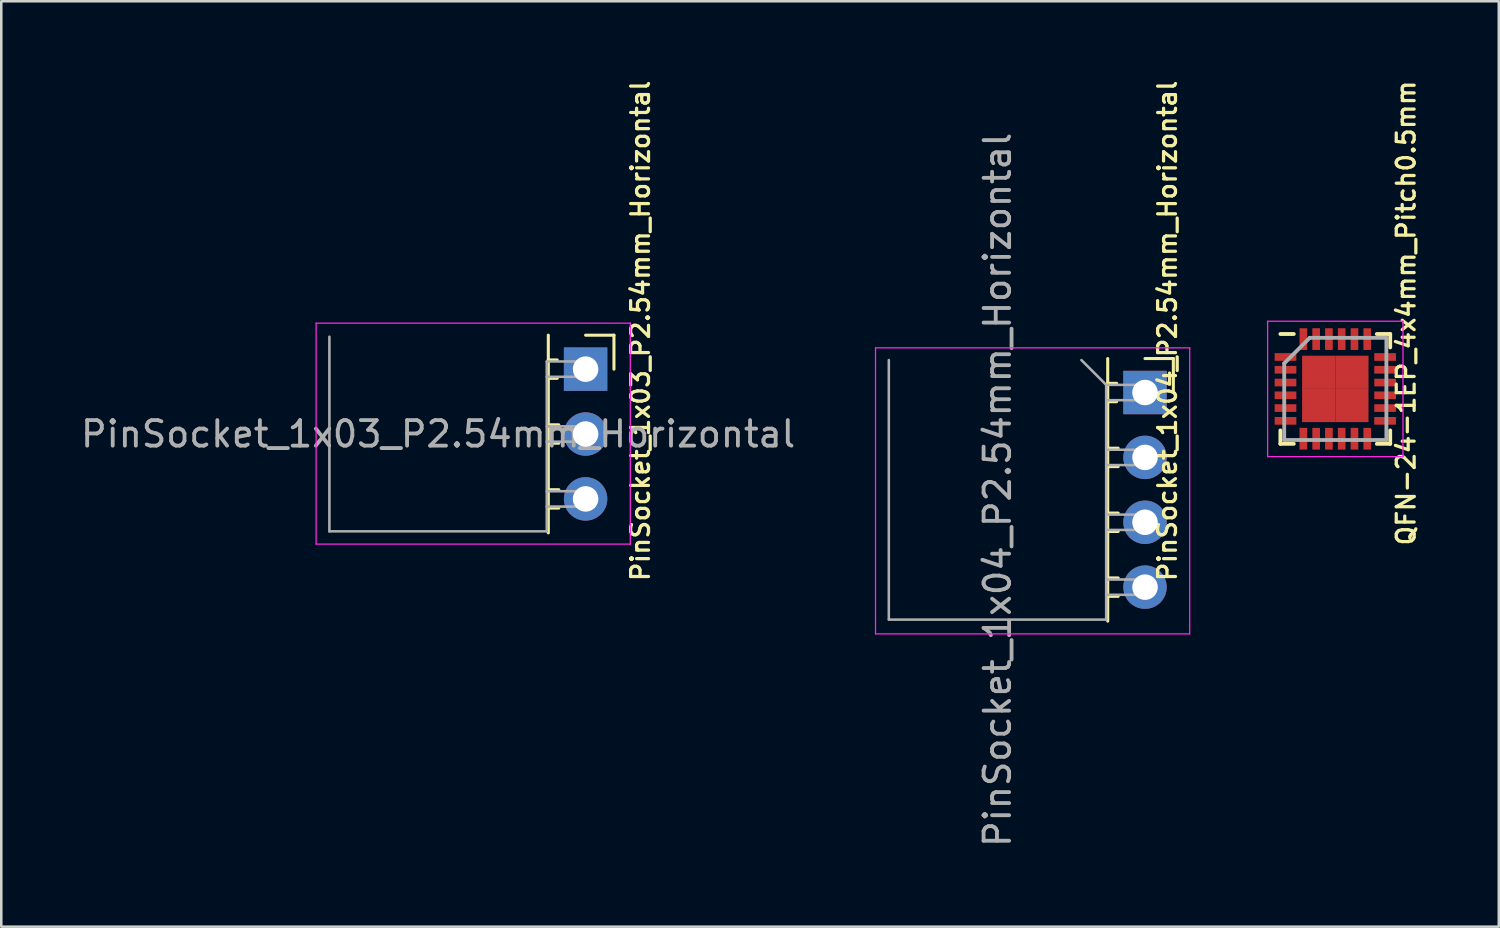
<source format=kicad_pcb>
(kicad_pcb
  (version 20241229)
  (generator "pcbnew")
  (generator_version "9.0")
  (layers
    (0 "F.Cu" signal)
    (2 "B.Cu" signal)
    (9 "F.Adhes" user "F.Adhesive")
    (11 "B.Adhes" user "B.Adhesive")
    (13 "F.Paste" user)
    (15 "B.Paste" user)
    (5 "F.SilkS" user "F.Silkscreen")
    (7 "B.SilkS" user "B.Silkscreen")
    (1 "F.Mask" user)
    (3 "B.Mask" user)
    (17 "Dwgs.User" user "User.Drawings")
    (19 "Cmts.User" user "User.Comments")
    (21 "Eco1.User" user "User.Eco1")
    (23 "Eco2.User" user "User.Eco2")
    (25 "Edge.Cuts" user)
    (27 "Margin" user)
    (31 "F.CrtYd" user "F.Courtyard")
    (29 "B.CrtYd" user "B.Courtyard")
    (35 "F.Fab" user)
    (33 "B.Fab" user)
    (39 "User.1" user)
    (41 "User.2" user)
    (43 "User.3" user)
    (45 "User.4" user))
  (footprint "PinSocket_1x04_P2.54mm_Horizontal"
    (layer "F.Cu")
    (at 41.777 12.317)
    (property "Reference" "PinSocket_1x04_P2.54mm_Horizontal" (at 0.876 -2.413 270) (layer "F.SilkS") (effects (font (size 0.7 0.7) (thickness 0.127))))
    (attr through_hole)
    (fp_line (start -1.46 -1.33) (end -1.46 8.95) (stroke (width 0.12) (type solid)) (layer "F.SilkS"))
    (fp_line (start -1.46 -0.36) (end -1.11 -0.36) (stroke (width 0.12) (type solid)) (layer "F.SilkS"))
    (fp_line (start -1.46 0.36) (end -1.11 0.36) (stroke (width 0.12) (type solid)) (layer "F.SilkS"))
    (fp_line (start -1.46 2.18) (end -1.05 2.18) (stroke (width 0.12) (type solid)) (layer "F.SilkS"))
    (fp_line (start -1.46 2.9) (end -1.05 2.9) (stroke (width 0.12) (type solid)) (layer "F.SilkS"))
    (fp_line (start -1.46 4.72) (end -1.05 4.72) (stroke (width 0.12) (type solid)) (layer "F.SilkS"))
    (fp_line (start -1.46 5.44) (end -1.05 5.44) (stroke (width 0.12) (type solid)) (layer "F.SilkS"))
    (fp_line (start -1.46 7.26) (end -1.05 7.26) (stroke (width 0.12) (type solid)) (layer "F.SilkS"))
    (fp_line (start -1.46 7.98) (end -1.05 7.98) (stroke (width 0.12) (type solid)) (layer "F.SilkS"))
    (fp_line (start 0 -1.33) (end 1.11 -1.33) (stroke (width 0.12) (type solid)) (layer "F.SilkS"))
    (fp_line (start 1.11 -1.33) (end 1.11 0) (stroke (width 0.12) (type solid)) (layer "F.SilkS"))
    (fp_line (start -10.55 -1.75) (end -10.55 9.45) (stroke (width 0.05) (type solid)) (layer "F.CrtYd"))
    (fp_line (start -10.55 9.45) (end 1.75 9.45) (stroke (width 0.05) (type solid)) (layer "F.CrtYd"))
    (fp_line (start 1.75 -1.75) (end -10.55 -1.75) (stroke (width 0.05) (type solid)) (layer "F.CrtYd"))
    (fp_line (start 1.75 9.45) (end 1.75 -1.75) (stroke (width 0.05) (type solid)) (layer "F.CrtYd"))
    (fp_line (start -10.03 8.89) (end -10.03 -1.27) (stroke (width 0.1) (type solid)) (layer "F.Fab"))
    (fp_line (start -2.49 -1.27) (end -1.52 -0.3) (stroke (width 0.1) (type solid)) (layer "F.Fab"))
    (fp_line (start -1.52 -0.3) (end -1.52 8.89) (stroke (width 0.1) (type solid)) (layer "F.Fab"))
    (fp_line (start -1.52 0.3) (end 0 0.3) (stroke (width 0.1) (type solid)) (layer "F.Fab"))
    (fp_line (start -1.52 2.84) (end 0 2.84) (stroke (width 0.1) (type solid)) (layer "F.Fab"))
    (fp_line (start -1.52 5.38) (end 0 5.38) (stroke (width 0.1) (type solid)) (layer "F.Fab"))
    (fp_line (start -1.52 7.92) (end 0 7.92) (stroke (width 0.1) (type solid)) (layer "F.Fab"))
    (fp_line (start -1.52 8.89) (end -10.03 8.89) (stroke (width 0.1) (type solid)) (layer "F.Fab"))
    (fp_line (start 0 -0.3) (end -1.52 -0.3) (stroke (width 0.1) (type solid)) (layer "F.Fab"))
    (fp_line (start 0 0.3) (end 0 -0.3) (stroke (width 0.1) (type solid)) (layer "F.Fab"))
    (fp_line (start 0 2.24) (end -1.52 2.24) (stroke (width 0.1) (type solid)) (layer "F.Fab"))
    (fp_line (start 0 2.84) (end 0 2.24) (stroke (width 0.1) (type solid)) (layer "F.Fab"))
    (fp_line (start 0 4.78) (end -1.52 4.78) (stroke (width 0.1) (type solid)) (layer "F.Fab"))
    (fp_line (start 0 5.38) (end 0 4.78) (stroke (width 0.1) (type solid)) (layer "F.Fab"))
    (fp_line (start 0 7.32) (end -1.52 7.32) (stroke (width 0.1) (type solid)) (layer "F.Fab"))
    (fp_line (start 0 7.92) (end 0 7.32) (stroke (width 0.1) (type solid)) (layer "F.Fab"))
    (fp_text user "${REFERENCE}" (at -5.775 3.81 90) (layer "F.Fab") (effects (font (size 1 1) (thickness 0.15))))
    (pad "1" thru_hole rect (at 0 0) (size 1.7 1.7) (drill 1) (layers "*.Cu" "*.Mask"))
    (pad "2" thru_hole oval (at 0 2.54) (size 1.7 1.7) (drill 1) (layers "*.Cu" "*.Mask"))
    (pad "3" thru_hole oval (at 0 5.08) (size 1.7 1.7) (drill 1) (layers "*.Cu" "*.Mask"))
    (pad "4" thru_hole oval (at 0 7.62) (size 1.7 1.7) (drill 1) (layers "*.Cu" "*.Mask")))
  (footprint "PinSocket_1x03_P2.54mm_Horizontal"
    (layer "F.Cu")
    (at 19.876 11.402)
    (property "Reference" "PinSocket_1x03_P2.54mm_Horizontal" (at 2.146 -1.499 90) (layer "F.SilkS") (effects (font (size 0.7 0.7) (thickness 0.127))))
    (attr through_hole)
    (fp_line (start -1.46 -1.33) (end -1.46 6.41) (stroke (width 0.12) (type solid)) (layer "F.SilkS"))
    (fp_line (start -1.46 -0.36) (end -1.11 -0.36) (stroke (width 0.12) (type solid)) (layer "F.SilkS"))
    (fp_line (start -1.46 0.36) (end -1.11 0.36) (stroke (width 0.12) (type solid)) (layer "F.SilkS"))
    (fp_line (start -1.46 2.18) (end -1.05 2.18) (stroke (width 0.12) (type solid)) (layer "F.SilkS"))
    (fp_line (start -1.46 2.9) (end -1.05 2.9) (stroke (width 0.12) (type solid)) (layer "F.SilkS"))
    (fp_line (start -1.46 4.72) (end -1.05 4.72) (stroke (width 0.12) (type solid)) (layer "F.SilkS"))
    (fp_line (start -1.46 5.44) (end -1.05 5.44) (stroke (width 0.12) (type solid)) (layer "F.SilkS"))
    (fp_line (start 0 -1.33) (end 1.11 -1.33) (stroke (width 0.12) (type solid)) (layer "F.SilkS"))
    (fp_line (start 1.11 -1.33) (end 1.11 0) (stroke (width 0.12) (type solid)) (layer "F.SilkS"))
    (fp_line (start -10.55 -1.8) (end -10.55 6.85) (stroke (width 0.05) (type solid)) (layer "F.CrtYd"))
    (fp_line (start -10.55 6.85) (end 1.75 6.85) (stroke (width 0.05) (type solid)) (layer "F.CrtYd"))
    (fp_line (start 1.75 -1.8) (end -10.55 -1.8) (stroke (width 0.05) (type solid)) (layer "F.CrtYd"))
    (fp_line (start 1.75 6.85) (end 1.75 -1.8) (stroke (width 0.05) (type solid)) (layer "F.CrtYd"))
    (fp_line (start -10.03 6.35) (end -10.03 -1.27) (stroke (width 0.1) (type solid)) (layer "F.Fab"))
    (fp_line (start -1.52 -0.3) (end -1.52 6.35) (stroke (width 0.1) (type solid)) (layer "F.Fab"))
    (fp_line (start -1.52 0.3) (end 0 0.3) (stroke (width 0.1) (type solid)) (layer "F.Fab"))
    (fp_line (start -1.52 2.84) (end 0 2.84) (stroke (width 0.1) (type solid)) (layer "F.Fab"))
    (fp_line (start -1.52 5.38) (end 0 5.38) (stroke (width 0.1) (type solid)) (layer "F.Fab"))
    (fp_line (start -1.52 6.35) (end -10.03 6.35) (stroke (width 0.1) (type solid)) (layer "F.Fab"))
    (fp_line (start 0 -0.3) (end -1.52 -0.3) (stroke (width 0.1) (type solid)) (layer "F.Fab"))
    (fp_line (start 0 0.3) (end 0 -0.3) (stroke (width 0.1) (type solid)) (layer "F.Fab"))
    (fp_line (start 0 2.24) (end -1.52 2.24) (stroke (width 0.1) (type solid)) (layer "F.Fab"))
    (fp_line (start 0 2.84) (end 0 2.24) (stroke (width 0.1) (type solid)) (layer "F.Fab"))
    (fp_line (start 0 4.78) (end -1.52 4.78) (stroke (width 0.1) (type solid)) (layer "F.Fab"))
    (fp_line (start 0 5.38) (end 0 4.78) (stroke (width 0.1) (type solid)) (layer "F.Fab"))
    (fp_text user "${REFERENCE}" (at -5.775 2.54 0) (layer "F.Fab") (effects (font (size 1 1) (thickness 0.15))))
    (pad "1" thru_hole rect (at 0 0) (size 1.7 1.7) (drill 1) (layers "*.Cu" "*.Mask"))
    (pad "2" thru_hole oval (at 0 2.54) (size 1.7 1.7) (drill 1) (layers "*.Cu" "*.Mask"))
    (pad "3" thru_hole oval (at 0 5.08) (size 1.7 1.7) (drill 1) (layers "*.Cu" "*.Mask")))
  (footprint "QFN-24-1EP_4x4mm_Pitch0.5mm"
    (layer "F.Cu")
    (at 49.227 12.176)
    (property "Reference" "QFN-24-1EP_4x4mm_Pitch0.5mm" (at 2.769 -2.972 90) (layer "F.SilkS") (effects (font (size 0.7 0.7) (thickness 0.127))))
    (attr smd)
    (fp_line (start -2.15 -2.15) (end -1.625 -2.15) (stroke (width 0.15) (type solid)) (layer "F.SilkS"))
    (fp_line (start -2.15 2.15) (end -2.15 1.625) (stroke (width 0.15) (type solid)) (layer "F.SilkS"))
    (fp_line (start -2.15 2.15) (end -1.625 2.15) (stroke (width 0.15) (type solid)) (layer "F.SilkS"))
    (fp_line (start 2.15 -2.15) (end 1.625 -2.15) (stroke (width 0.15) (type solid)) (layer "F.SilkS"))
    (fp_line (start 2.15 -2.15) (end 2.15 -1.625) (stroke (width 0.15) (type solid)) (layer "F.SilkS"))
    (fp_line (start 2.15 2.15) (end 1.625 2.15) (stroke (width 0.15) (type solid)) (layer "F.SilkS"))
    (fp_line (start 2.15 2.15) (end 2.15 1.625) (stroke (width 0.15) (type solid)) (layer "F.SilkS"))
    (fp_line (start -2.65 -2.65) (end -2.65 2.65) (stroke (width 0.05) (type solid)) (layer "F.CrtYd"))
    (fp_line (start -2.65 -2.65) (end 2.65 -2.65) (stroke (width 0.05) (type solid)) (layer "F.CrtYd"))
    (fp_line (start -2.65 2.65) (end 2.65 2.65) (stroke (width 0.05) (type solid)) (layer "F.CrtYd"))
    (fp_line (start 2.65 -2.65) (end 2.65 2.65) (stroke (width 0.05) (type solid)) (layer "F.CrtYd"))
    (fp_line (start -2 -1) (end -1 -2) (stroke (width 0.15) (type solid)) (layer "F.Fab"))
    (fp_line (start -2 2) (end -2 -1) (stroke (width 0.15) (type solid)) (layer "F.Fab"))
    (fp_line (start -1 -2) (end 2 -2) (stroke (width 0.15) (type solid)) (layer "F.Fab"))
    (fp_line (start 2 -2) (end 2 2) (stroke (width 0.15) (type solid)) (layer "F.Fab"))
    (fp_line (start 2 2) (end -2 2) (stroke (width 0.15) (type solid)) (layer "F.Fab"))
    (pad "1" smd rect (at -1.95 -1.25) (size 0.85 0.3) (layers "F.Cu" "F.Mask" "F.Paste"))
    (pad "2" smd rect (at -1.95 -0.75) (size 0.85 0.3) (layers "F.Cu" "F.Mask" "F.Paste"))
    (pad "3" smd rect (at -1.95 -0.25) (size 0.85 0.3) (layers "F.Cu" "F.Mask" "F.Paste"))
    (pad "4" smd rect (at -1.95 0.25) (size 0.85 0.3) (layers "F.Cu" "F.Mask" "F.Paste"))
    (pad "5" smd rect (at -1.95 0.75) (size 0.85 0.3) (layers "F.Cu" "F.Mask" "F.Paste"))
    (pad "6" smd rect (at -1.95 1.25) (size 0.85 0.3) (layers "F.Cu" "F.Mask" "F.Paste"))
    (pad "7" smd rect (at -1.25 1.95 90) (size 0.85 0.3) (layers "F.Cu" "F.Mask" "F.Paste"))
    (pad "8" smd rect (at -0.75 1.95 90) (size 0.85 0.3) (layers "F.Cu" "F.Mask" "F.Paste"))
    (pad "9" smd rect (at -0.25 1.95 90) (size 0.85 0.3) (layers "F.Cu" "F.Mask" "F.Paste"))
    (pad "10" smd rect (at 0.25 1.95 90) (size 0.85 0.3) (layers "F.Cu" "F.Mask" "F.Paste"))
    (pad "11" smd rect (at 0.75 1.95 90) (size 0.85 0.3) (layers "F.Cu" "F.Mask" "F.Paste"))
    (pad "12" smd rect (at 1.25 1.95 90) (size 0.85 0.3) (layers "F.Cu" "F.Mask" "F.Paste"))
    (pad "13" smd rect (at 1.95 1.25) (size 0.85 0.3) (layers "F.Cu" "F.Mask" "F.Paste"))
    (pad "14" smd rect (at 1.95 0.75) (size 0.85 0.3) (layers "F.Cu" "F.Mask" "F.Paste"))
    (pad "15" smd rect (at 1.95 0.25) (size 0.85 0.3) (layers "F.Cu" "F.Mask" "F.Paste"))
    (pad "16" smd rect (at 1.95 -0.25) (size 0.85 0.3) (layers "F.Cu" "F.Mask" "F.Paste"))
    (pad "17" smd rect (at 1.95 -0.75) (size 0.85 0.3) (layers "F.Cu" "F.Mask" "F.Paste"))
    (pad "18" smd rect (at 1.95 -1.25) (size 0.85 0.3) (layers "F.Cu" "F.Mask" "F.Paste"))
    (pad "19" smd rect (at 1.25 -1.95 90) (size 0.85 0.3) (layers "F.Cu" "F.Mask" "F.Paste"))
    (pad "20" smd rect (at 0.75 -1.95 90) (size 0.85 0.3) (layers "F.Cu" "F.Mask" "F.Paste"))
    (pad "21" smd rect (at 0.25 -1.95 90) (size 0.85 0.3) (layers "F.Cu" "F.Mask" "F.Paste"))
    (pad "22" smd rect (at -0.25 -1.95 90) (size 0.85 0.3) (layers "F.Cu" "F.Mask" "F.Paste"))
    (pad "23" smd rect (at -0.75 -1.95 90) (size 0.85 0.3) (layers "F.Cu" "F.Mask" "F.Paste"))
    (pad "24" smd rect (at -1.25 -1.95 90) (size 0.85 0.3) (layers "F.Cu" "F.Mask" "F.Paste"))
    (pad "25" smd rect (at -0.65 -0.65) (size 1.3 1.3) (layers "F.Cu" "F.Mask" "F.Paste"))
    (pad "25" smd rect (at -0.65 0.65) (size 1.3 1.3) (layers "F.Cu" "F.Mask" "F.Paste"))
    (pad "25" smd rect (at 0.65 -0.65) (size 1.3 1.3) (layers "F.Cu" "F.Mask" "F.Paste"))
    (pad "25" smd rect (at 0.65 0.65) (size 1.3 1.3) (layers "F.Cu" "F.Mask" "F.Paste")))
  (gr_rect
    (start -3 -3)
    (end 55.628 33.228)
    (stroke (width 0.1) (type default))
    (fill no)
    (layer "Edge.Cuts")))
</source>
